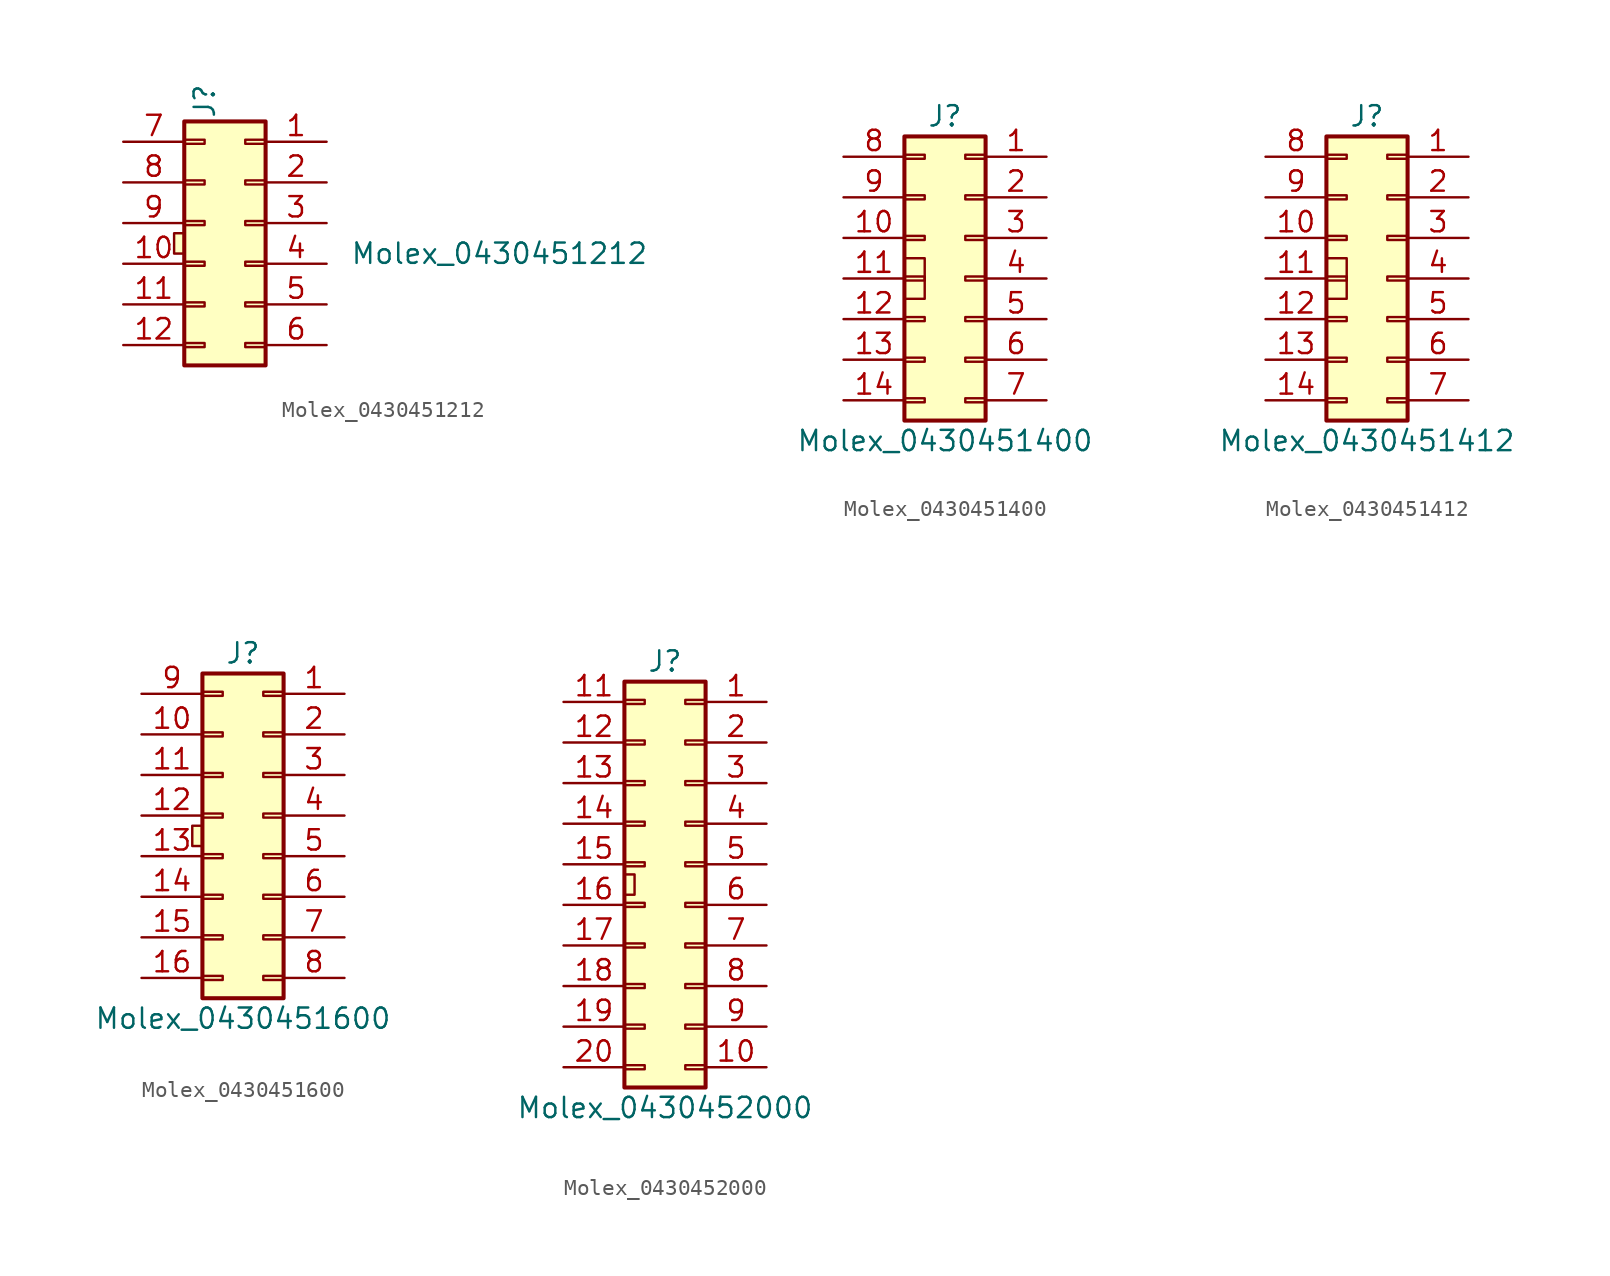
<source format=kicad_sym>
(kicad_symbol_lib
  (version 20231120)
  (generator "kicad_symbol_editor")
  (generator_version "8.0")
  (symbol "Molex_0430451212"
    (pin_names
      (offset 1.016) hide)
    (property "Reference" "J"
      (at 1.905 5.715 90)
      (effects (font (size 1.27 1.27))))
    (property "Value" "Molex_0430451212"
      (at 20.32 -3.81 0)
      (effects (font (size 1.27 1.27))))
    (symbol "Molex_0430451212_0_1"
      (rectangle (start 0.635 -3.81) (end 0 -2.54) (stroke (width 0.152) (type default)) (fill (type background))))
    (symbol "Molex_0430451212_1_1"
      (rectangle (start 0.635 -10.795) (end 5.715 4.445) (stroke (width 0.254) (type default)) (fill (type background)))
      (rectangle (start 1.905 -9.652) (end 0.635 -9.398) (stroke (width 0.152) (type default)) (fill (type none)))
      (rectangle (start 1.905 -7.112) (end 0.635 -6.858) (stroke (width 0.152) (type default)) (fill (type none)))
      (rectangle (start 1.905 -4.572) (end 0.635 -4.318) (stroke (width 0.152) (type default)) (fill (type none)))
      (rectangle (start 1.905 -2.032) (end 0.635 -1.778) (stroke (width 0.152) (type default)) (fill (type none)))
      (rectangle (start 1.905 0.508) (end 0.635 0.762) (stroke (width 0.152) (type default)) (fill (type none)))
      (rectangle (start 1.905 3.048) (end 0.635 3.302) (stroke (width 0.152) (type default)) (fill (type none)))
      (rectangle (start 4.445 -9.652) (end 5.715 -9.398) (stroke (width 0.152) (type default)) (fill (type none)))
      (rectangle (start 4.445 -7.112) (end 5.715 -6.858) (stroke (width 0.152) (type default)) (fill (type none)))
      (rectangle (start 4.445 -4.572) (end 5.715 -4.318) (stroke (width 0.152) (type default)) (fill (type none)))
      (rectangle (start 4.445 -2.032) (end 5.715 -1.778) (stroke (width 0.152) (type default)) (fill (type none)))
      (rectangle (start 4.445 0.508) (end 5.715 0.762) (stroke (width 0.152) (type default)) (fill (type none)))
      (rectangle (start 4.445 3.048) (end 5.715 3.302) (stroke (width 0.152) (type default)) (fill (type none)))
      (pin passive line (at 9.525 3.175 180) (length 3.81) (name "Pin_1" (effects (font (size 1.27 1.27)))) (number "1" (effects (font (size 1.27 1.27)))))
      (pin passive line (at -3.175 -4.445 0) (length 3.81) (name "Pin_10" (effects (font (size 1.27 1.27)))) (number "10" (effects (font (size 1.27 1.27)))))
      (pin passive line (at -3.175 -6.985 0) (length 3.81) (name "Pin_11" (effects (font (size 1.27 1.27)))) (number "11" (effects (font (size 1.27 1.27)))))
      (pin passive line (at -3.175 -9.525 0) (length 3.81) (name "Pin_12" (effects (font (size 1.27 1.27)))) (number "12" (effects (font (size 1.27 1.27)))))
      (pin passive line (at 9.525 0.635 180) (length 3.81) (name "Pin_2" (effects (font (size 1.27 1.27)))) (number "2" (effects (font (size 1.27 1.27)))))
      (pin passive line (at 9.525 -1.905 180) (length 3.81) (name "Pin_3" (effects (font (size 1.27 1.27)))) (number "3" (effects (font (size 1.27 1.27)))))
      (pin passive line (at 9.525 -4.445 180) (length 3.81) (name "Pin_4" (effects (font (size 1.27 1.27)))) (number "4" (effects (font (size 1.27 1.27)))))
      (pin passive line (at 9.525 -6.985 180) (length 3.81) (name "Pin_5" (effects (font (size 1.27 1.27)))) (number "5" (effects (font (size 1.27 1.27)))))
      (pin passive line (at 9.525 -9.525 180) (length 3.81) (name "Pin_6" (effects (font (size 1.27 1.27)))) (number "6" (effects (font (size 1.27 1.27)))))
      (pin passive line (at -3.175 3.175 0) (length 3.81) (name "Pin_7" (effects (font (size 1.27 1.27)))) (number "7" (effects (font (size 1.27 1.27)))))
      (pin passive line (at -3.175 0.635 0) (length 3.81) (name "Pin_8" (effects (font (size 1.27 1.27)))) (number "8" (effects (font (size 1.27 1.27)))))
      (pin passive line (at -3.175 -1.905 0) (length 3.81) (name "Pin_9" (effects (font (size 1.27 1.27)))) (number "9" (effects (font (size 1.27 1.27)))))))
  (symbol "Molex_0430451400"
    (pin_names
      (offset 1.016) hide)
    (property "Reference" "J"
      (at 1.27 10.16 0)
      (effects (font (size 1.27 1.27))))
    (property "Value" "Molex_0430451400"
      (at 1.27 -10.16 0)
      (effects (font (size 1.27 1.27))))
    (symbol "Molex_0430451400_0_1"
      (rectangle (start -1.27 1.27) (end 0 -1.27) (stroke (width 0) (type default)) (fill (type none))))
    (symbol "Molex_0430451400_1_1"
      (rectangle (start -1.27 -8.89) (end 3.81 8.89) (stroke (width 0.254) (type default)) (fill (type background)))
      (rectangle (start 0 -7.747) (end -1.27 -7.493) (stroke (width 0.152) (type default)) (fill (type none)))
      (rectangle (start 0 -5.207) (end -1.27 -4.953) (stroke (width 0.152) (type default)) (fill (type none)))
      (rectangle (start 0 -2.667) (end -1.27 -2.413) (stroke (width 0.152) (type default)) (fill (type none)))
      (rectangle (start 0 -0.127) (end -1.27 0.127) (stroke (width 0.152) (type default)) (fill (type none)))
      (rectangle (start 0 2.413) (end -1.27 2.667) (stroke (width 0.152) (type default)) (fill (type none)))
      (rectangle (start 0 4.953) (end -1.27 5.207) (stroke (width 0.152) (type default)) (fill (type none)))
      (rectangle (start 0 7.493) (end -1.27 7.747) (stroke (width 0.152) (type default)) (fill (type none)))
      (rectangle (start 2.54 -7.747) (end 3.81 -7.493) (stroke (width 0.152) (type default)) (fill (type none)))
      (rectangle (start 2.54 -5.207) (end 3.81 -4.953) (stroke (width 0.152) (type default)) (fill (type none)))
      (rectangle (start 2.54 -2.667) (end 3.81 -2.413) (stroke (width 0.152) (type default)) (fill (type none)))
      (rectangle (start 2.54 -0.127) (end 3.81 0.127) (stroke (width 0.152) (type default)) (fill (type none)))
      (rectangle (start 2.54 2.413) (end 3.81 2.667) (stroke (width 0.152) (type default)) (fill (type none)))
      (rectangle (start 2.54 4.953) (end 3.81 5.207) (stroke (width 0.152) (type default)) (fill (type none)))
      (rectangle (start 2.54 7.493) (end 3.81 7.747) (stroke (width 0.152) (type default)) (fill (type none)))
      (pin passive line (at 7.62 7.62 180) (length 3.81) (name "Pin_1" (effects (font (size 1.27 1.27)))) (number "1" (effects (font (size 1.27 1.27)))))
      (pin passive line (at -5.08 2.54 0) (length 3.81) (name "Pin_10" (effects (font (size 1.27 1.27)))) (number "10" (effects (font (size 1.27 1.27)))))
      (pin passive line (at -5.08 0 0) (length 3.81) (name "Pin_11" (effects (font (size 1.27 1.27)))) (number "11" (effects (font (size 1.27 1.27)))))
      (pin passive line (at -5.08 -2.54 0) (length 3.81) (name "Pin_12" (effects (font (size 1.27 1.27)))) (number "12" (effects (font (size 1.27 1.27)))))
      (pin passive line (at -5.08 -5.08 0) (length 3.81) (name "Pin_13" (effects (font (size 1.27 1.27)))) (number "13" (effects (font (size 1.27 1.27)))))
      (pin passive line (at -5.08 -7.62 0) (length 3.81) (name "Pin_14" (effects (font (size 1.27 1.27)))) (number "14" (effects (font (size 1.27 1.27)))))
      (pin passive line (at 7.62 5.08 180) (length 3.81) (name "Pin_2" (effects (font (size 1.27 1.27)))) (number "2" (effects (font (size 1.27 1.27)))))
      (pin passive line (at 7.62 2.54 180) (length 3.81) (name "Pin_3" (effects (font (size 1.27 1.27)))) (number "3" (effects (font (size 1.27 1.27)))))
      (pin passive line (at 7.62 0 180) (length 3.81) (name "Pin_4" (effects (font (size 1.27 1.27)))) (number "4" (effects (font (size 1.27 1.27)))))
      (pin passive line (at 7.62 -2.54 180) (length 3.81) (name "Pin_5" (effects (font (size 1.27 1.27)))) (number "5" (effects (font (size 1.27 1.27)))))
      (pin passive line (at 7.62 -5.08 180) (length 3.81) (name "Pin_6" (effects (font (size 1.27 1.27)))) (number "6" (effects (font (size 1.27 1.27)))))
      (pin passive line (at 7.62 -7.62 180) (length 3.81) (name "Pin_7" (effects (font (size 1.27 1.27)))) (number "7" (effects (font (size 1.27 1.27)))))
      (pin passive line (at -5.08 7.62 0) (length 3.81) (name "Pin_8" (effects (font (size 1.27 1.27)))) (number "8" (effects (font (size 1.27 1.27)))))
      (pin passive line (at -5.08 5.08 0) (length 3.81) (name "Pin_9" (effects (font (size 1.27 1.27)))) (number "9" (effects (font (size 1.27 1.27)))))))
  (symbol "Molex_0430451412"
    (pin_names
      (offset 1.016) hide)
    (property "Reference" "J"
      (at 1.27 10.16 0)
      (effects (font (size 1.27 1.27))))
    (property "Value" "Molex_0430451412"
      (at 1.27 -10.16 0)
      (effects (font (size 1.27 1.27))))
    (symbol "Molex_0430451412_0_1"
      (rectangle (start -1.27 1.27) (end 0 -1.27) (stroke (width 0) (type default)) (fill (type none))))
    (symbol "Molex_0430451412_1_1"
      (rectangle (start -1.27 -8.89) (end 3.81 8.89) (stroke (width 0.254) (type default)) (fill (type background)))
      (rectangle (start 0 -7.747) (end -1.27 -7.493) (stroke (width 0.152) (type default)) (fill (type none)))
      (rectangle (start 0 -5.207) (end -1.27 -4.953) (stroke (width 0.152) (type default)) (fill (type none)))
      (rectangle (start 0 -2.667) (end -1.27 -2.413) (stroke (width 0.152) (type default)) (fill (type none)))
      (rectangle (start 0 -0.127) (end -1.27 0.127) (stroke (width 0.152) (type default)) (fill (type none)))
      (rectangle (start 0 2.413) (end -1.27 2.667) (stroke (width 0.152) (type default)) (fill (type none)))
      (rectangle (start 0 4.953) (end -1.27 5.207) (stroke (width 0.152) (type default)) (fill (type none)))
      (rectangle (start 0 7.493) (end -1.27 7.747) (stroke (width 0.152) (type default)) (fill (type none)))
      (rectangle (start 2.54 -7.747) (end 3.81 -7.493) (stroke (width 0.152) (type default)) (fill (type none)))
      (rectangle (start 2.54 -5.207) (end 3.81 -4.953) (stroke (width 0.152) (type default)) (fill (type none)))
      (rectangle (start 2.54 -2.667) (end 3.81 -2.413) (stroke (width 0.152) (type default)) (fill (type none)))
      (rectangle (start 2.54 -0.127) (end 3.81 0.127) (stroke (width 0.152) (type default)) (fill (type none)))
      (rectangle (start 2.54 2.413) (end 3.81 2.667) (stroke (width 0.152) (type default)) (fill (type none)))
      (rectangle (start 2.54 4.953) (end 3.81 5.207) (stroke (width 0.152) (type default)) (fill (type none)))
      (rectangle (start 2.54 7.493) (end 3.81 7.747) (stroke (width 0.152) (type default)) (fill (type none)))
      (pin passive line (at 7.62 7.62 180) (length 3.81) (name "Pin_1" (effects (font (size 1.27 1.27)))) (number "1" (effects (font (size 1.27 1.27)))))
      (pin passive line (at -5.08 2.54 0) (length 3.81) (name "Pin_10" (effects (font (size 1.27 1.27)))) (number "10" (effects (font (size 1.27 1.27)))))
      (pin passive line (at -5.08 0 0) (length 3.81) (name "Pin_11" (effects (font (size 1.27 1.27)))) (number "11" (effects (font (size 1.27 1.27)))))
      (pin passive line (at -5.08 -2.54 0) (length 3.81) (name "Pin_12" (effects (font (size 1.27 1.27)))) (number "12" (effects (font (size 1.27 1.27)))))
      (pin passive line (at -5.08 -5.08 0) (length 3.81) (name "Pin_13" (effects (font (size 1.27 1.27)))) (number "13" (effects (font (size 1.27 1.27)))))
      (pin passive line (at -5.08 -7.62 0) (length 3.81) (name "Pin_14" (effects (font (size 1.27 1.27)))) (number "14" (effects (font (size 1.27 1.27)))))
      (pin passive line (at 7.62 5.08 180) (length 3.81) (name "Pin_2" (effects (font (size 1.27 1.27)))) (number "2" (effects (font (size 1.27 1.27)))))
      (pin passive line (at 7.62 2.54 180) (length 3.81) (name "Pin_3" (effects (font (size 1.27 1.27)))) (number "3" (effects (font (size 1.27 1.27)))))
      (pin passive line (at 7.62 0 180) (length 3.81) (name "Pin_4" (effects (font (size 1.27 1.27)))) (number "4" (effects (font (size 1.27 1.27)))))
      (pin passive line (at 7.62 -2.54 180) (length 3.81) (name "Pin_5" (effects (font (size 1.27 1.27)))) (number "5" (effects (font (size 1.27 1.27)))))
      (pin passive line (at 7.62 -5.08 180) (length 3.81) (name "Pin_6" (effects (font (size 1.27 1.27)))) (number "6" (effects (font (size 1.27 1.27)))))
      (pin passive line (at 7.62 -7.62 180) (length 3.81) (name "Pin_7" (effects (font (size 1.27 1.27)))) (number "7" (effects (font (size 1.27 1.27)))))
      (pin passive line (at -5.08 7.62 0) (length 3.81) (name "Pin_8" (effects (font (size 1.27 1.27)))) (number "8" (effects (font (size 1.27 1.27)))))
      (pin passive line (at -5.08 5.08 0) (length 3.81) (name "Pin_9" (effects (font (size 1.27 1.27)))) (number "9" (effects (font (size 1.27 1.27)))))))
  (symbol "Molex_0430451600"
    (pin_names
      (offset 1.016) hide)
    (property "Reference" "J"
      (at 1.27 11.43 0)
      (effects (font (size 1.27 1.27))))
    (property "Value" "Molex_0430451600"
      (at 1.27 -11.43 0)
      (effects (font (size 1.27 1.27))))
    (symbol "Molex_0430451600_1_1"
      (rectangle (start -1.905 0.635) (end -1.27 -0.635) (stroke (width 0) (type default)) (fill (type background)))
      (rectangle (start -1.27 -10.16) (end 3.81 10.16) (stroke (width 0.254) (type default)) (fill (type background)))
      (rectangle (start 0 -9.017) (end -1.27 -8.763) (stroke (width 0.152) (type default)) (fill (type none)))
      (rectangle (start 0 -6.477) (end -1.27 -6.223) (stroke (width 0.152) (type default)) (fill (type none)))
      (rectangle (start 0 -3.937) (end -1.27 -3.683) (stroke (width 0.152) (type default)) (fill (type none)))
      (rectangle (start 0 -1.397) (end -1.27 -1.143) (stroke (width 0.152) (type default)) (fill (type none)))
      (rectangle (start 0 1.143) (end -1.27 1.397) (stroke (width 0.152) (type default)) (fill (type none)))
      (rectangle (start 0 3.683) (end -1.27 3.937) (stroke (width 0.152) (type default)) (fill (type none)))
      (rectangle (start 0 6.223) (end -1.27 6.477) (stroke (width 0.152) (type default)) (fill (type none)))
      (rectangle (start 0 8.763) (end -1.27 9.017) (stroke (width 0.152) (type default)) (fill (type none)))
      (rectangle (start 2.54 -9.017) (end 3.81 -8.763) (stroke (width 0.152) (type default)) (fill (type none)))
      (rectangle (start 2.54 -6.477) (end 3.81 -6.223) (stroke (width 0.152) (type default)) (fill (type none)))
      (rectangle (start 2.54 -3.937) (end 3.81 -3.683) (stroke (width 0.152) (type default)) (fill (type none)))
      (rectangle (start 2.54 -1.397) (end 3.81 -1.143) (stroke (width 0.152) (type default)) (fill (type none)))
      (rectangle (start 2.54 1.143) (end 3.81 1.397) (stroke (width 0.152) (type default)) (fill (type none)))
      (rectangle (start 2.54 3.683) (end 3.81 3.937) (stroke (width 0.152) (type default)) (fill (type none)))
      (rectangle (start 2.54 6.223) (end 3.81 6.477) (stroke (width 0.152) (type default)) (fill (type none)))
      (rectangle (start 2.54 8.763) (end 3.81 9.017) (stroke (width 0.152) (type default)) (fill (type none)))
      (pin passive line (at 7.62 8.89 180) (length 3.81) (name "Pin_1" (effects (font (size 1.27 1.27)))) (number "1" (effects (font (size 1.27 1.27)))))
      (pin passive line (at -5.08 6.35 0) (length 3.81) (name "Pin_10" (effects (font (size 1.27 1.27)))) (number "10" (effects (font (size 1.27 1.27)))))
      (pin passive line (at -5.08 3.81 0) (length 3.81) (name "Pin_11" (effects (font (size 1.27 1.27)))) (number "11" (effects (font (size 1.27 1.27)))))
      (pin passive line (at -5.08 1.27 0) (length 3.81) (name "Pin_12" (effects (font (size 1.27 1.27)))) (number "12" (effects (font (size 1.27 1.27)))))
      (pin passive line (at -5.08 -1.27 0) (length 3.81) (name "Pin_13" (effects (font (size 1.27 1.27)))) (number "13" (effects (font (size 1.27 1.27)))))
      (pin passive line (at -5.08 -3.81 0) (length 3.81) (name "Pin_14" (effects (font (size 1.27 1.27)))) (number "14" (effects (font (size 1.27 1.27)))))
      (pin passive line (at -5.08 -6.35 0) (length 3.81) (name "Pin_15" (effects (font (size 1.27 1.27)))) (number "15" (effects (font (size 1.27 1.27)))))
      (pin passive line (at -5.08 -8.89 0) (length 3.81) (name "Pin_16" (effects (font (size 1.27 1.27)))) (number "16" (effects (font (size 1.27 1.27)))))
      (pin passive line (at 7.62 6.35 180) (length 3.81) (name "Pin_2" (effects (font (size 1.27 1.27)))) (number "2" (effects (font (size 1.27 1.27)))))
      (pin passive line (at 7.62 3.81 180) (length 3.81) (name "Pin_3" (effects (font (size 1.27 1.27)))) (number "3" (effects (font (size 1.27 1.27)))))
      (pin passive line (at 7.62 1.27 180) (length 3.81) (name "Pin_4" (effects (font (size 1.27 1.27)))) (number "4" (effects (font (size 1.27 1.27)))))
      (pin passive line (at 7.62 -1.27 180) (length 3.81) (name "Pin_5" (effects (font (size 1.27 1.27)))) (number "5" (effects (font (size 1.27 1.27)))))
      (pin passive line (at 7.62 -3.81 180) (length 3.81) (name "Pin_6" (effects (font (size 1.27 1.27)))) (number "6" (effects (font (size 1.27 1.27)))))
      (pin passive line (at 7.62 -6.35 180) (length 3.81) (name "Pin_7" (effects (font (size 1.27 1.27)))) (number "7" (effects (font (size 1.27 1.27)))))
      (pin passive line (at 7.62 -8.89 180) (length 3.81) (name "Pin_8" (effects (font (size 1.27 1.27)))) (number "8" (effects (font (size 1.27 1.27)))))
      (pin passive line (at -5.08 8.89 0) (length 3.81) (name "Pin_9" (effects (font (size 1.27 1.27)))) (number "9" (effects (font (size 1.27 1.27)))))))
  (symbol "Molex_0430452000"
    (pin_names
      (offset 1.016) hide)
    (property "Reference" "J"
      (at 1.27 12.7 0)
      (effects (font (size 1.27 1.27))))
    (property "Value" "Molex_0430452000"
      (at 1.27 -15.24 0)
      (effects (font (size 1.27 1.27))))
    (symbol "Molex_0430452000_0_1"
      (rectangle (start -1.27 -0.635) (end -0.635 -1.905) (stroke (width 0) (type default)) (fill (type none))))
    (symbol "Molex_0430452000_1_1"
      (rectangle (start -1.27 -13.97) (end 3.81 11.43) (stroke (width 0.254) (type default)) (fill (type background)))
      (rectangle (start 0 -12.827) (end -1.27 -12.573) (stroke (width 0.152) (type default)) (fill (type none)))
      (rectangle (start 0 -10.287) (end -1.27 -10.033) (stroke (width 0.152) (type default)) (fill (type none)))
      (rectangle (start 0 -7.747) (end -1.27 -7.493) (stroke (width 0.152) (type default)) (fill (type none)))
      (rectangle (start 0 -5.207) (end -1.27 -4.953) (stroke (width 0.152) (type default)) (fill (type none)))
      (rectangle (start 0 -2.667) (end -1.27 -2.413) (stroke (width 0.152) (type default)) (fill (type none)))
      (rectangle (start 0 -0.127) (end -1.27 0.127) (stroke (width 0.152) (type default)) (fill (type none)))
      (rectangle (start 0 2.413) (end -1.27 2.667) (stroke (width 0.152) (type default)) (fill (type none)))
      (rectangle (start 0 4.953) (end -1.27 5.207) (stroke (width 0.152) (type default)) (fill (type none)))
      (rectangle (start 0 7.493) (end -1.27 7.747) (stroke (width 0.152) (type default)) (fill (type none)))
      (rectangle (start 0 10.033) (end -1.27 10.287) (stroke (width 0.152) (type default)) (fill (type none)))
      (rectangle (start 2.54 -12.827) (end 3.81 -12.573) (stroke (width 0.152) (type default)) (fill (type none)))
      (rectangle (start 2.54 -10.287) (end 3.81 -10.033) (stroke (width 0.152) (type default)) (fill (type none)))
      (rectangle (start 2.54 -7.747) (end 3.81 -7.493) (stroke (width 0.152) (type default)) (fill (type none)))
      (rectangle (start 2.54 -5.207) (end 3.81 -4.953) (stroke (width 0.152) (type default)) (fill (type none)))
      (rectangle (start 2.54 -2.667) (end 3.81 -2.413) (stroke (width 0.152) (type default)) (fill (type none)))
      (rectangle (start 2.54 -0.127) (end 3.81 0.127) (stroke (width 0.152) (type default)) (fill (type none)))
      (rectangle (start 2.54 2.413) (end 3.81 2.667) (stroke (width 0.152) (type default)) (fill (type none)))
      (rectangle (start 2.54 4.953) (end 3.81 5.207) (stroke (width 0.152) (type default)) (fill (type none)))
      (rectangle (start 2.54 7.493) (end 3.81 7.747) (stroke (width 0.152) (type default)) (fill (type none)))
      (rectangle (start 2.54 10.033) (end 3.81 10.287) (stroke (width 0.152) (type default)) (fill (type none)))
      (pin passive line (at 7.62 10.16 180) (length 3.81) (name "Pin_1" (effects (font (size 1.27 1.27)))) (number "1" (effects (font (size 1.27 1.27)))))
      (pin passive line (at 7.62 -12.7 180) (length 3.81) (name "Pin_10" (effects (font (size 1.27 1.27)))) (number "10" (effects (font (size 1.27 1.27)))))
      (pin passive line (at -5.08 10.16 0) (length 3.81) (name "Pin_11" (effects (font (size 1.27 1.27)))) (number "11" (effects (font (size 1.27 1.27)))))
      (pin passive line (at -5.08 7.62 0) (length 3.81) (name "Pin_12" (effects (font (size 1.27 1.27)))) (number "12" (effects (font (size 1.27 1.27)))))
      (pin passive line (at -5.08 5.08 0) (length 3.81) (name "Pin_13" (effects (font (size 1.27 1.27)))) (number "13" (effects (font (size 1.27 1.27)))))
      (pin passive line (at -5.08 2.54 0) (length 3.81) (name "Pin_14" (effects (font (size 1.27 1.27)))) (number "14" (effects (font (size 1.27 1.27)))))
      (pin passive line (at -5.08 0 0) (length 3.81) (name "Pin_15" (effects (font (size 1.27 1.27)))) (number "15" (effects (font (size 1.27 1.27)))))
      (pin passive line (at -5.08 -2.54 0) (length 3.81) (name "Pin_16" (effects (font (size 1.27 1.27)))) (number "16" (effects (font (size 1.27 1.27)))))
      (pin passive line (at -5.08 -5.08 0) (length 3.81) (name "Pin_17" (effects (font (size 1.27 1.27)))) (number "17" (effects (font (size 1.27 1.27)))))
      (pin passive line (at -5.08 -7.62 0) (length 3.81) (name "Pin_18" (effects (font (size 1.27 1.27)))) (number "18" (effects (font (size 1.27 1.27)))))
      (pin passive line (at -5.08 -10.16 0) (length 3.81) (name "Pin_19" (effects (font (size 1.27 1.27)))) (number "19" (effects (font (size 1.27 1.27)))))
      (pin passive line (at 7.62 7.62 180) (length 3.81) (name "Pin_2" (effects (font (size 1.27 1.27)))) (number "2" (effects (font (size 1.27 1.27)))))
      (pin passive line (at -5.08 -12.7 0) (length 3.81) (name "Pin_20" (effects (font (size 1.27 1.27)))) (number "20" (effects (font (size 1.27 1.27)))))
      (pin passive line (at 7.62 5.08 180) (length 3.81) (name "Pin_3" (effects (font (size 1.27 1.27)))) (number "3" (effects (font (size 1.27 1.27)))))
      (pin passive line (at 7.62 2.54 180) (length 3.81) (name "Pin_4" (effects (font (size 1.27 1.27)))) (number "4" (effects (font (size 1.27 1.27)))))
      (pin passive line (at 7.62 0 180) (length 3.81) (name "Pin_5" (effects (font (size 1.27 1.27)))) (number "5" (effects (font (size 1.27 1.27)))))
      (pin passive line (at 7.62 -2.54 180) (length 3.81) (name "Pin_6" (effects (font (size 1.27 1.27)))) (number "6" (effects (font (size 1.27 1.27)))))
      (pin passive line (at 7.62 -5.08 180) (length 3.81) (name "Pin_7" (effects (font (size 1.27 1.27)))) (number "7" (effects (font (size 1.27 1.27)))))
      (pin passive line (at 7.62 -7.62 180) (length 3.81) (name "Pin_8" (effects (font (size 1.27 1.27)))) (number "8" (effects (font (size 1.27 1.27)))))
      (pin passive line (at 7.62 -10.16 180) (length 3.81) (name "Pin_9" (effects (font (size 1.27 1.27)))) (number "9" (effects (font (size 1.27 1.27))))))))
</source>
